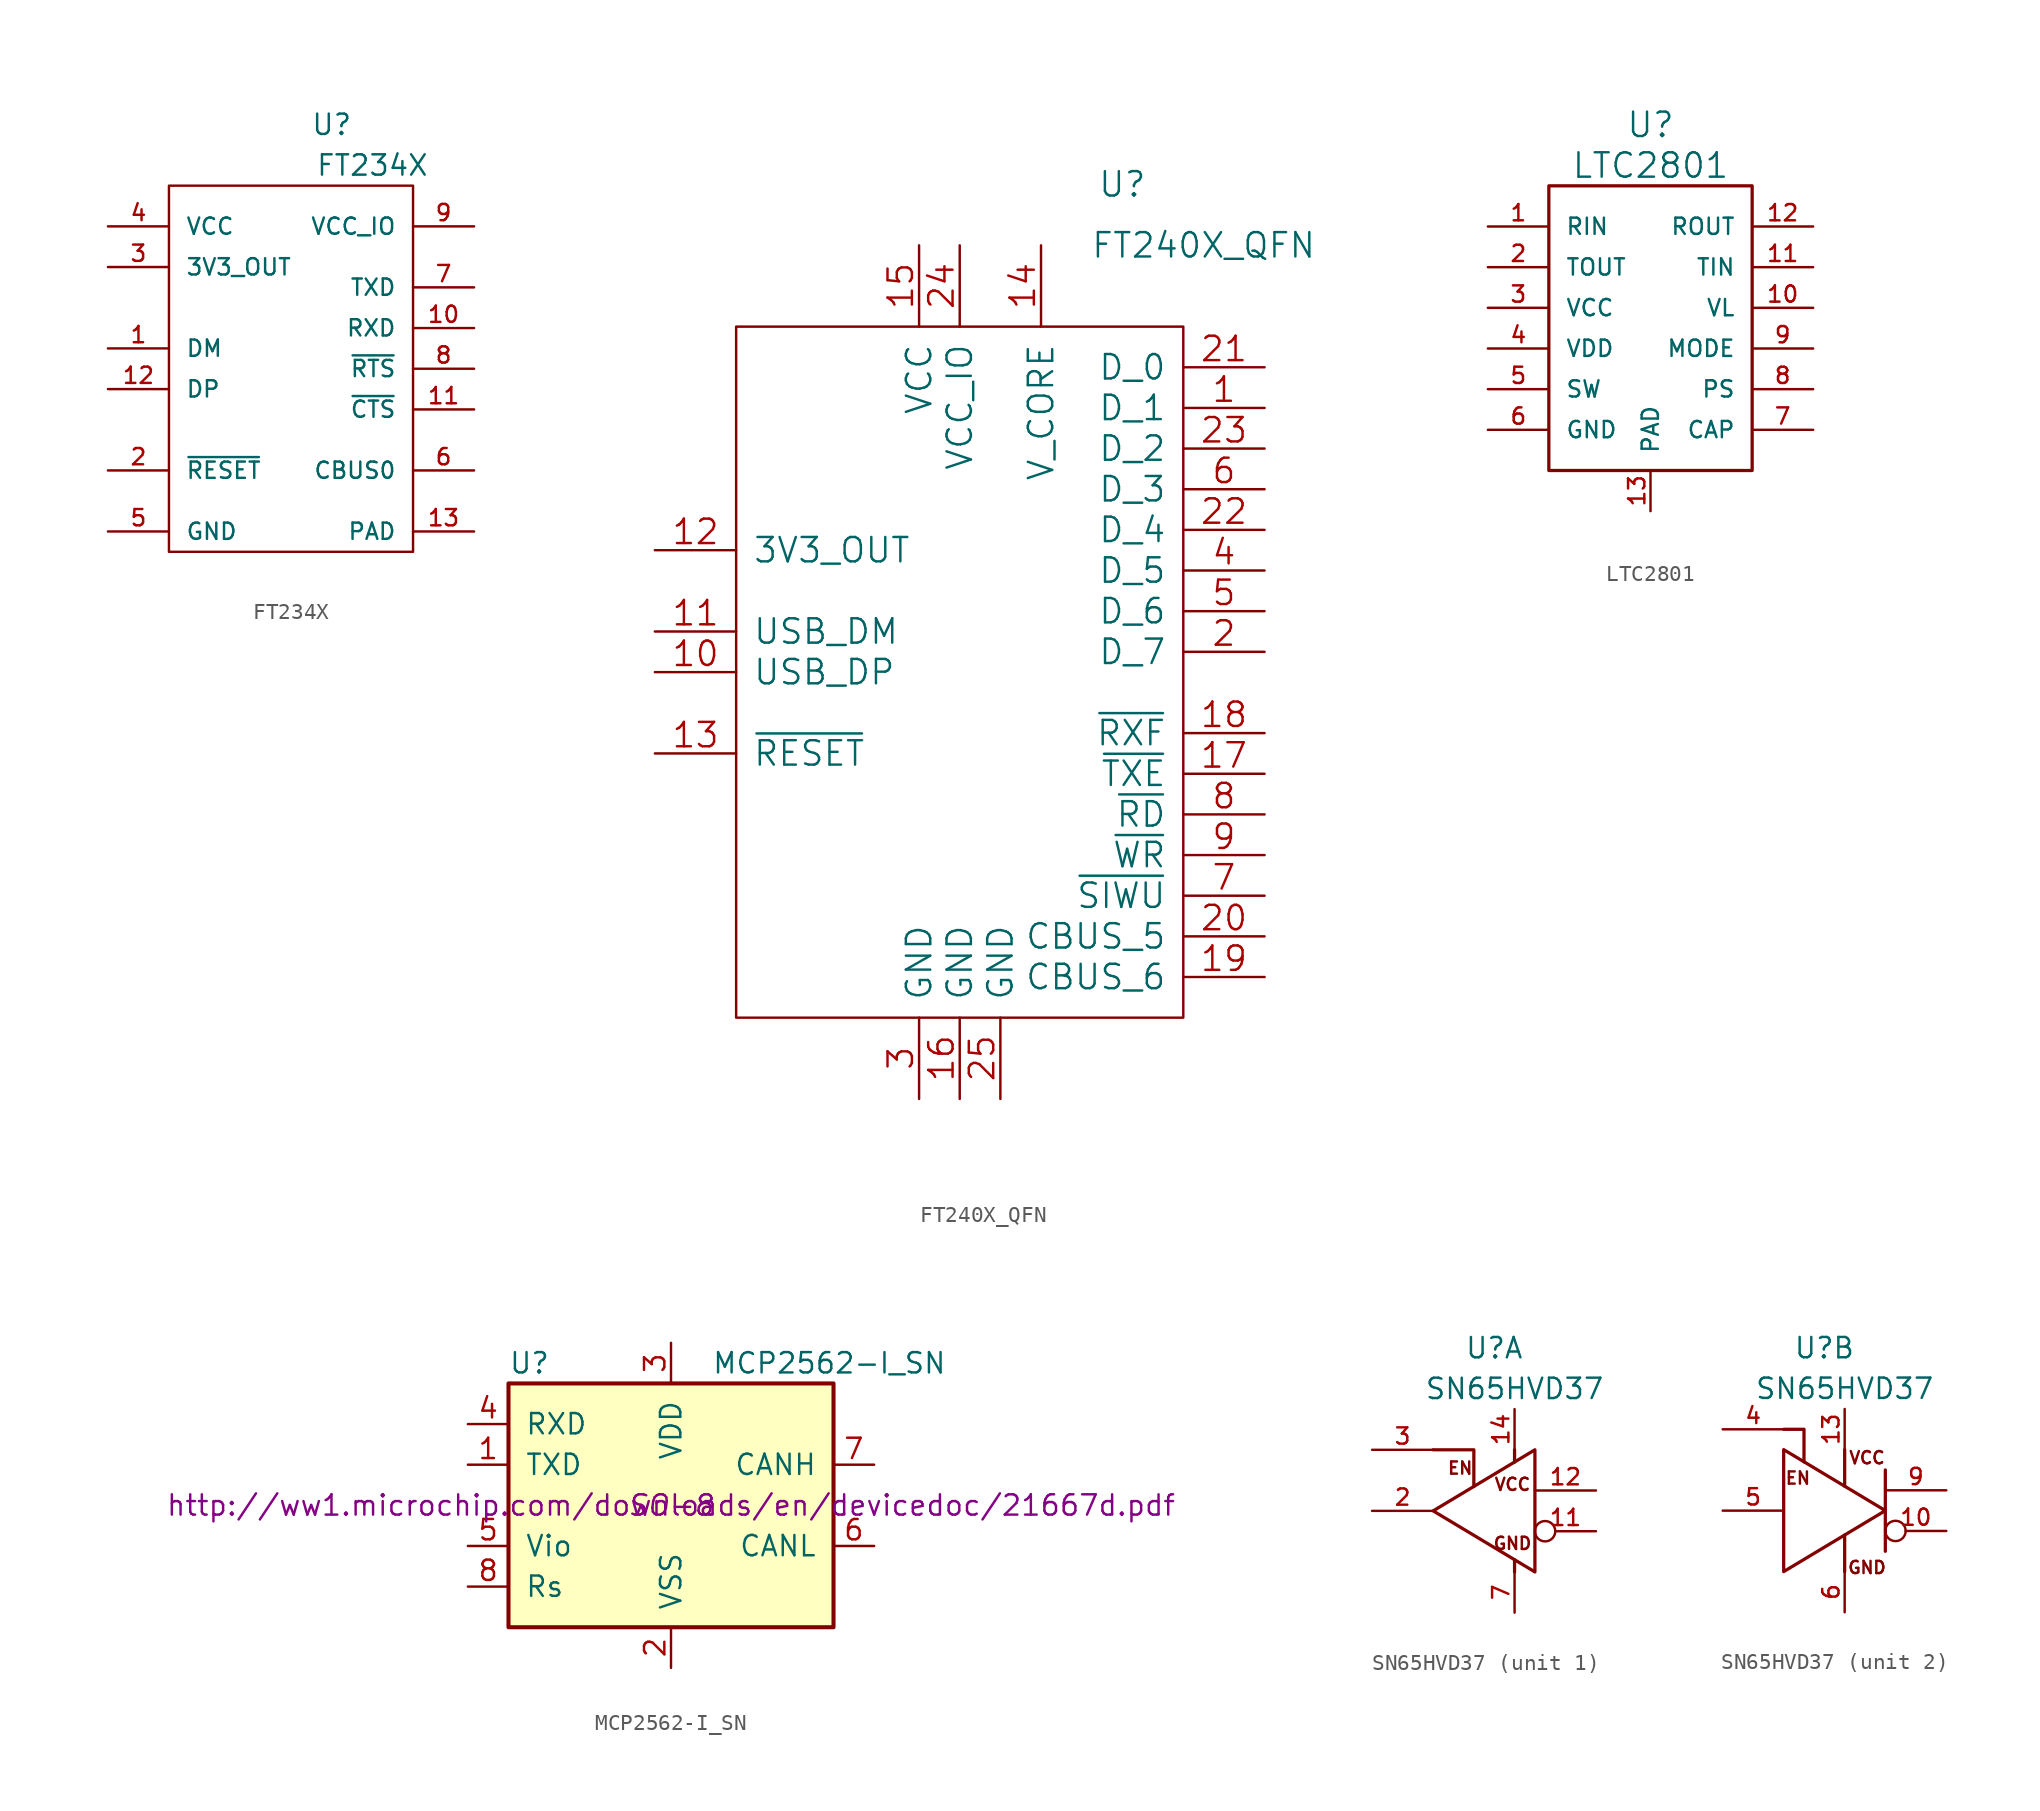
<source format=kicad_sym>
(kicad_symbol_lib
  (version 20211014)
  (generator kicad_symbol_editor)
  (symbol "FT234X"
    (pin_names
      (offset 1.016))
    (property "Reference" "U"
      (at 2.54 15.24 0)
      (effects (font (size 1.27 1.27))))
    (property "Value" "FT234X"
      (at 5.08 12.7 0)
      (effects (font (size 1.27 1.27))))
    (symbol "FT234X_0_0"
      (pin bidirectional line (at -11.43 1.27 0) (length 3.81) (name "DM" (effects (font (size 1.016 1.016)))) (number "1" (effects (font (size 1.016 1.016)))))
      (pin input line (at 11.43 2.54 180) (length 3.81) (name "RXD" (effects (font (size 1.016 1.016)))) (number "10" (effects (font (size 1.016 1.016)))))
      (pin bidirectional line (at 11.43 -2.54 180) (length 3.81) (name "~{CTS}" (effects (font (size 1.016 1.016)))) (number "11" (effects (font (size 1.016 1.016)))))
      (pin bidirectional line (at -11.43 -1.27 0) (length 3.81) (name "DP" (effects (font (size 1.016 1.016)))) (number "12" (effects (font (size 1.016 1.016)))))
      (pin input line (at 11.43 -10.16 180) (length 3.81) (name "PAD" (effects (font (size 1.016 1.016)))) (number "13" (effects (font (size 1.016 1.016)))))
      (pin input line (at -11.43 -6.35 0) (length 3.81) (name "~{RESET}" (effects (font (size 1.016 1.016)))) (number "2" (effects (font (size 1.016 1.016)))))
      (pin power_out line (at -11.43 6.35 0) (length 3.81) (name "3V3_OUT" (effects (font (size 1.016 1.016)))) (number "3" (effects (font (size 1.016 1.016)))))
      (pin power_in line (at -11.43 8.89 0) (length 3.81) (name "VCC" (effects (font (size 1.016 1.016)))) (number "4" (effects (font (size 1.016 1.016)))))
      (pin input line (at -11.43 -10.16 0) (length 3.81) (name "GND" (effects (font (size 1.016 1.016)))) (number "5" (effects (font (size 1.016 1.016)))))
      (pin bidirectional line (at 11.43 -6.35 180) (length 3.81) (name "CBUS0" (effects (font (size 1.016 1.016)))) (number "6" (effects (font (size 1.016 1.016)))))
      (pin output line (at 11.43 5.08 180) (length 3.81) (name "TXD" (effects (font (size 1.016 1.016)))) (number "7" (effects (font (size 1.016 1.016)))))
      (pin bidirectional line (at 11.43 0 180) (length 3.81) (name "~{RTS}" (effects (font (size 1.016 1.016)))) (number "8" (effects (font (size 1.016 1.016)))))
      (pin power_in line (at 11.43 8.89 180) (length 3.81) (name "VCC_IO" (effects (font (size 1.016 1.016)))) (number "9" (effects (font (size 1.016 1.016))))))
    (symbol "FT234X_0_1"
      (rectangle (start 7.62 -11.43) (end -7.62 11.43) (stroke (width 0) (type default) (color 0 0 0 0)) (fill (type none)))))
  (symbol "FT240X_QFN"
    (pin_names
      (offset 1.016))
    (property "Reference" "U"
      (at 10.16 30.48 0)
      (effects (font (size 1.524 1.524))))
    (property "Value" "FT240X_QFN"
      (at 15.24 26.67 0)
      (effects (font (size 1.524 1.524))))
    (property "Footprint" ""
      (at 0 31.75 0)
      (effects (font (size 1.524 1.524))))
    (property "Datasheet" ""
      (at 0 31.75 0)
      (effects (font (size 1.524 1.524))))
    (symbol "FT240X_QFN_0_1"
      (rectangle (start -13.97 21.59) (end 13.97 -21.59) (stroke (width 0) (type default) (color 0 0 0 0)) (fill (type none))))
    (symbol "FT240X_QFN_1_1"
      (pin input line (at 19.05 16.51 180) (length 5.08) (name "D_1" (effects (font (size 1.524 1.524)))) (number "1" (effects (font (size 1.524 1.524)))))
      (pin input line (at -19.05 0 0) (length 5.08) (name "USB_DP" (effects (font (size 1.524 1.524)))) (number "10" (effects (font (size 1.524 1.524)))))
      (pin input line (at -19.05 2.54 0) (length 5.08) (name "USB_DM" (effects (font (size 1.524 1.524)))) (number "11" (effects (font (size 1.524 1.524)))))
      (pin input line (at -19.05 7.62 0) (length 5.08) (name "3V3_OUT" (effects (font (size 1.524 1.524)))) (number "12" (effects (font (size 1.524 1.524)))))
      (pin input line (at -19.05 -5.08 0) (length 5.08) (name "~{RESET}" (effects (font (size 1.524 1.524)))) (number "13" (effects (font (size 1.524 1.524)))))
      (pin input line (at 5.08 26.67 270) (length 5.08) (name "V_CORE" (effects (font (size 1.524 1.524)))) (number "14" (effects (font (size 1.524 1.524)))))
      (pin input line (at -2.54 26.67 270) (length 5.08) (name "VCC" (effects (font (size 1.524 1.524)))) (number "15" (effects (font (size 1.524 1.524)))))
      (pin input line (at 0 -26.67 90) (length 5.08) (name "GND" (effects (font (size 1.524 1.524)))) (number "16" (effects (font (size 1.524 1.524)))))
      (pin input line (at 19.05 -6.35 180) (length 5.08) (name "~{TXE}" (effects (font (size 1.524 1.524)))) (number "17" (effects (font (size 1.524 1.524)))))
      (pin input line (at 19.05 -3.81 180) (length 5.08) (name "~{RXF}" (effects (font (size 1.524 1.524)))) (number "18" (effects (font (size 1.524 1.524)))))
      (pin input line (at 19.05 -19.05 180) (length 5.08) (name "CBUS_6" (effects (font (size 1.524 1.524)))) (number "19" (effects (font (size 1.524 1.524)))))
      (pin input line (at 19.05 1.27 180) (length 5.08) (name "D_7" (effects (font (size 1.524 1.524)))) (number "2" (effects (font (size 1.524 1.524)))))
      (pin input line (at 19.05 -16.51 180) (length 5.08) (name "CBUS_5" (effects (font (size 1.524 1.524)))) (number "20" (effects (font (size 1.524 1.524)))))
      (pin input line (at 19.05 19.05 180) (length 5.08) (name "D_0" (effects (font (size 1.524 1.524)))) (number "21" (effects (font (size 1.524 1.524)))))
      (pin input line (at 19.05 8.89 180) (length 5.08) (name "D_4" (effects (font (size 1.524 1.524)))) (number "22" (effects (font (size 1.524 1.524)))))
      (pin input line (at 19.05 13.97 180) (length 5.08) (name "D_2" (effects (font (size 1.524 1.524)))) (number "23" (effects (font (size 1.524 1.524)))))
      (pin input line (at 0 26.67 270) (length 5.08) (name "VCC_IO" (effects (font (size 1.524 1.524)))) (number "24" (effects (font (size 1.524 1.524)))))
      (pin input line (at 2.54 -26.67 90) (length 5.08) (name "GND" (effects (font (size 1.524 1.524)))) (number "25" (effects (font (size 1.524 1.524)))))
      (pin input line (at -2.54 -26.67 90) (length 5.08) (name "GND" (effects (font (size 1.524 1.524)))) (number "3" (effects (font (size 1.524 1.524)))))
      (pin input line (at 19.05 6.35 180) (length 5.08) (name "D_5" (effects (font (size 1.524 1.524)))) (number "4" (effects (font (size 1.524 1.524)))))
      (pin input line (at 19.05 3.81 180) (length 5.08) (name "D_6" (effects (font (size 1.524 1.524)))) (number "5" (effects (font (size 1.524 1.524)))))
      (pin input line (at 19.05 11.43 180) (length 5.08) (name "D_3" (effects (font (size 1.524 1.524)))) (number "6" (effects (font (size 1.524 1.524)))))
      (pin input line (at 19.05 -13.97 180) (length 5.08) (name "~{SIWU}" (effects (font (size 1.524 1.524)))) (number "7" (effects (font (size 1.524 1.524)))))
      (pin input line (at 19.05 -8.89 180) (length 5.08) (name "~{RD}" (effects (font (size 1.524 1.524)))) (number "8" (effects (font (size 1.524 1.524)))))
      (pin input line (at 19.05 -11.43 180) (length 5.08) (name "~{WR}" (effects (font (size 1.524 1.524)))) (number "9" (effects (font (size 1.524 1.524)))))))
  (symbol "LTC2801"
    (pin_names
      (offset 1.016))
    (property "Reference" "U"
      (at 0 12.7 0)
      (effects (font (size 1.524 1.524))))
    (property "Value" "LTC2801"
      (at 0 10.16 0)
      (effects (font (size 1.524 1.524))))
    (property "Footprint" ""
      (at -2.54 5.08 0)
      (effects (font (size 1.524 1.524))))
    (property "Datasheet" ""
      (at -2.54 5.08 0)
      (effects (font (size 1.524 1.524))))
    (symbol "LTC2801_0_1"
      (rectangle (start -6.35 8.89) (end 6.35 -8.89) (stroke (width 0.203) (type default) (color 0 0 0 0)) (fill (type none))))
    (symbol "LTC2801_1_1"
      (pin passive line (at -10.16 6.35 0) (length 3.81) (name "RIN" (effects (font (size 1.016 1.016)))) (number "1" (effects (font (size 1.016 1.016)))))
      (pin passive line (at 10.16 1.27 180) (length 3.81) (name "VL" (effects (font (size 1.016 1.016)))) (number "10" (effects (font (size 1.016 1.016)))))
      (pin passive line (at 10.16 3.81 180) (length 3.81) (name "TIN" (effects (font (size 1.016 1.016)))) (number "11" (effects (font (size 1.016 1.016)))))
      (pin passive line (at 10.16 6.35 180) (length 3.81) (name "ROUT" (effects (font (size 1.016 1.016)))) (number "12" (effects (font (size 1.016 1.016)))))
      (pin passive line (at 0 -11.43 90) (length 2.54) (name "PAD" (effects (font (size 1.016 1.016)))) (number "13" (effects (font (size 1.016 1.016)))))
      (pin passive line (at -10.16 3.81 0) (length 3.81) (name "TOUT" (effects (font (size 1.016 1.016)))) (number "2" (effects (font (size 1.016 1.016)))))
      (pin passive line (at -10.16 1.27 0) (length 3.81) (name "VCC" (effects (font (size 1.016 1.016)))) (number "3" (effects (font (size 1.016 1.016)))))
      (pin passive line (at -10.16 -1.27 0) (length 3.81) (name "VDD" (effects (font (size 1.016 1.016)))) (number "4" (effects (font (size 1.016 1.016)))))
      (pin passive line (at -10.16 -3.81 0) (length 3.81) (name "SW" (effects (font (size 1.016 1.016)))) (number "5" (effects (font (size 1.016 1.016)))))
      (pin passive line (at -10.16 -6.35 0) (length 3.81) (name "GND" (effects (font (size 1.016 1.016)))) (number "6" (effects (font (size 1.016 1.016)))))
      (pin passive line (at 10.16 -6.35 180) (length 3.81) (name "CAP" (effects (font (size 1.016 1.016)))) (number "7" (effects (font (size 1.016 1.016)))))
      (pin passive line (at 10.16 -3.81 180) (length 3.81) (name "PS" (effects (font (size 1.016 1.016)))) (number "8" (effects (font (size 1.016 1.016)))))
      (pin passive line (at 10.16 -1.27 180) (length 3.81) (name "MODE" (effects (font (size 1.016 1.016)))) (number "9" (effects (font (size 1.016 1.016)))))))
  (symbol "MCP2562-I_SN"
    (pin_names
      (offset 1.016))
    (property "Reference" "U"
      (at -10.16 8.89 0)
      (effects (font (size 1.27 1.27)) (justify left)))
    (property "Value" "MCP2562-I_SN"
      (at 2.54 8.89 0)
      (effects (font (size 1.27 1.27)) (justify left)))
    (property "Footprint" "SO-8"
      (at 0 0 0)
      (effects (font (size 1.27 1.27) italic)))
    (property "Datasheet" "http://ww1.microchip.com/downloads/en/devicedoc/21667d.pdf"
      (at 0 0 0)
      (effects (font (size 1.27 1.27))))
    (symbol "MCP2562-I_SN_0_1"
      (rectangle (start -10.16 7.62) (end 10.16 -7.62) (stroke (width 0.254) (type default) (color 0 0 0 0)) (fill (type background))))
    (symbol "MCP2562-I_SN_1_1"
      (pin input line (at -12.7 2.54 0) (length 2.54) (name "TXD" (effects (font (size 1.27 1.27)))) (number "1" (effects (font (size 1.27 1.27)))))
      (pin power_in line (at 0 -10.16 90) (length 2.54) (name "VSS" (effects (font (size 1.27 1.27)))) (number "2" (effects (font (size 1.27 1.27)))))
      (pin power_in line (at 0 10.16 270) (length 2.54) (name "VDD" (effects (font (size 1.27 1.27)))) (number "3" (effects (font (size 1.27 1.27)))))
      (pin output line (at -12.7 5.08 0) (length 2.54) (name "RXD" (effects (font (size 1.27 1.27)))) (number "4" (effects (font (size 1.27 1.27)))))
      (pin input line (at -12.7 -2.54 0) (length 2.54) (name "Vio" (effects (font (size 1.27 1.27)))) (number "5" (effects (font (size 1.27 1.27)))))
      (pin bidirectional line (at 12.7 -2.54 180) (length 2.54) (name "CANL" (effects (font (size 1.27 1.27)))) (number "6" (effects (font (size 1.27 1.27)))))
      (pin bidirectional line (at 12.7 2.54 180) (length 2.54) (name "CANH" (effects (font (size 1.27 1.27)))) (number "7" (effects (font (size 1.27 1.27)))))
      (pin input line (at -12.7 -5.08 0) (length 2.54) (name "Rs" (effects (font (size 1.27 1.27)))) (number "8" (effects (font (size 1.27 1.27)))))))
  (symbol "SN65HVD37"
    (pin_names
      (offset 1.016) hide)
    (property "Reference" "U"
      (at 0 10.16 0)
      (effects (font (size 1.27 1.27))))
    (property "Value" "SN65HVD37"
      (at 1.27 7.62 0)
      (effects (font (size 1.27 1.27))))
    (property "Footprint" ""
      (at 0 -1.27 0)
      (effects (font (size 1.524 1.524))))
    (property "Datasheet" ""
      (at 0 -1.27 0)
      (effects (font (size 1.524 1.524))))
    (property "ki_locked" ""
      (at 0 0 0)
      (effects (font (size 1.27 1.27))))
    (symbol "SN65HVD37_1_0"
      (text " EN" (at -2.413 2.667 0) (effects (font (size 0.762 0.762))))
      (text "GND" (at 1.143 -2.032 0) (effects (font (size 0.762 0.762))))
      (text "VCC" (at 1.143 1.651 0) (effects (font (size 0.762 0.762)))))
    (symbol "SN65HVD37_1_1"
      (polyline (pts (xy 1.27 -3.81) (xy 1.27 -3.048)) (stroke (width 0.203) (type default) (color 0 0 0 0)) (fill (type none)))
      (polyline (pts (xy 1.27 3.81) (xy 1.27 3.048)) (stroke (width 0.203) (type default) (color 0 0 0 0)) (fill (type none)))
      (polyline (pts (xy -3.81 3.81) (xy -1.27 3.81) (xy -1.27 1.524)) (stroke (width 0.203) (type default) (color 0 0 0 0)) (fill (type none)))
      (polyline (pts (xy 2.54 3.81) (xy 2.54 -3.81) (xy -3.81 0) (xy 2.54 3.81)) (stroke (width 0.203) (type default) (color 0 0 0 0)) (fill (type none)))
      (pin passive inverted (at 6.35 -1.27 180) (length 3.81) (name "B" (effects (font (size 1.016 1.016)))) (number "11" (effects (font (size 1.016 1.016)))))
      (pin passive line (at 6.35 1.27 180) (length 3.81) (name "A" (effects (font (size 1.016 1.016)))) (number "12" (effects (font (size 1.016 1.016)))))
      (pin passive line (at 1.27 6.35 270) (length 2.54) (name "VCC" (effects (font (size 1.016 1.016)))) (number "14" (effects (font (size 1.016 1.016)))))
      (pin passive line (at -7.62 0 0) (length 3.81) (name "R" (effects (font (size 1.016 1.016)))) (number "2" (effects (font (size 1.016 1.016)))))
      (pin passive line (at -7.62 3.81 0) (length 3.81) (name "~{RE}" (effects (font (size 1.016 1.016)))) (number "3" (effects (font (size 1.016 1.016)))))
      (pin passive line (at 1.27 -6.35 90) (length 2.54) (name "GND" (effects (font (size 1.016 1.016)))) (number "7" (effects (font (size 1.016 1.016))))))
    (symbol "SN65HVD37_2_0"
      (text "EN" (at -1.651 2.032 0) (effects (font (size 0.762 0.762))))
      (text "GND" (at 2.667 -3.556 0) (effects (font (size 0.762 0.762))))
      (text "VCC" (at 2.667 3.302 0) (effects (font (size 0.762 0.762)))))
    (symbol "SN65HVD37_2_1"
      (polyline (pts (xy 1.27 -3.81) (xy 1.27 -1.524)) (stroke (width 0.203) (type default) (color 0 0 0 0)) (fill (type none)))
      (polyline (pts (xy 1.27 3.81) (xy 1.27 1.524)) (stroke (width 0.203) (type default) (color 0 0 0 0)) (fill (type none)))
      (polyline (pts (xy 3.81 2.54) (xy 3.81 -2.54)) (stroke (width 0.203) (type default) (color 0 0 0 0)) (fill (type none)))
      (polyline (pts (xy -2.54 5.08) (xy -1.27 5.08) (xy -1.27 3.048)) (stroke (width 0.203) (type default) (color 0 0 0 0)) (fill (type none)))
      (polyline (pts (xy 3.81 0) (xy -2.54 3.81) (xy -2.54 -3.81) (xy 3.81 0)) (stroke (width 0.203) (type default) (color 0 0 0 0)) (fill (type none)))
      (pin passive inverted (at 7.62 -1.27 180) (length 3.81) (name "Z" (effects (font (size 1.016 1.016)))) (number "10" (effects (font (size 1.016 1.016)))))
      (pin passive line (at 1.27 6.35 270) (length 2.54) (name "VCC" (effects (font (size 1.016 1.016)))) (number "13" (effects (font (size 1.016 1.016)))))
      (pin passive line (at -6.35 5.08 0) (length 3.81) (name "DE" (effects (font (size 1.016 1.016)))) (number "4" (effects (font (size 1.016 1.016)))))
      (pin passive line (at -6.35 0 0) (length 3.81) (name "D" (effects (font (size 1.016 1.016)))) (number "5" (effects (font (size 1.016 1.016)))))
      (pin passive line (at 1.27 -6.35 90) (length 2.54) (name "GND" (effects (font (size 1.016 1.016)))) (number "6" (effects (font (size 1.016 1.016)))))
      (pin passive line (at 7.62 1.27 180) (length 3.81) (name "Y" (effects (font (size 1.016 1.016)))) (number "9" (effects (font (size 1.016 1.016))))))))
</source>
